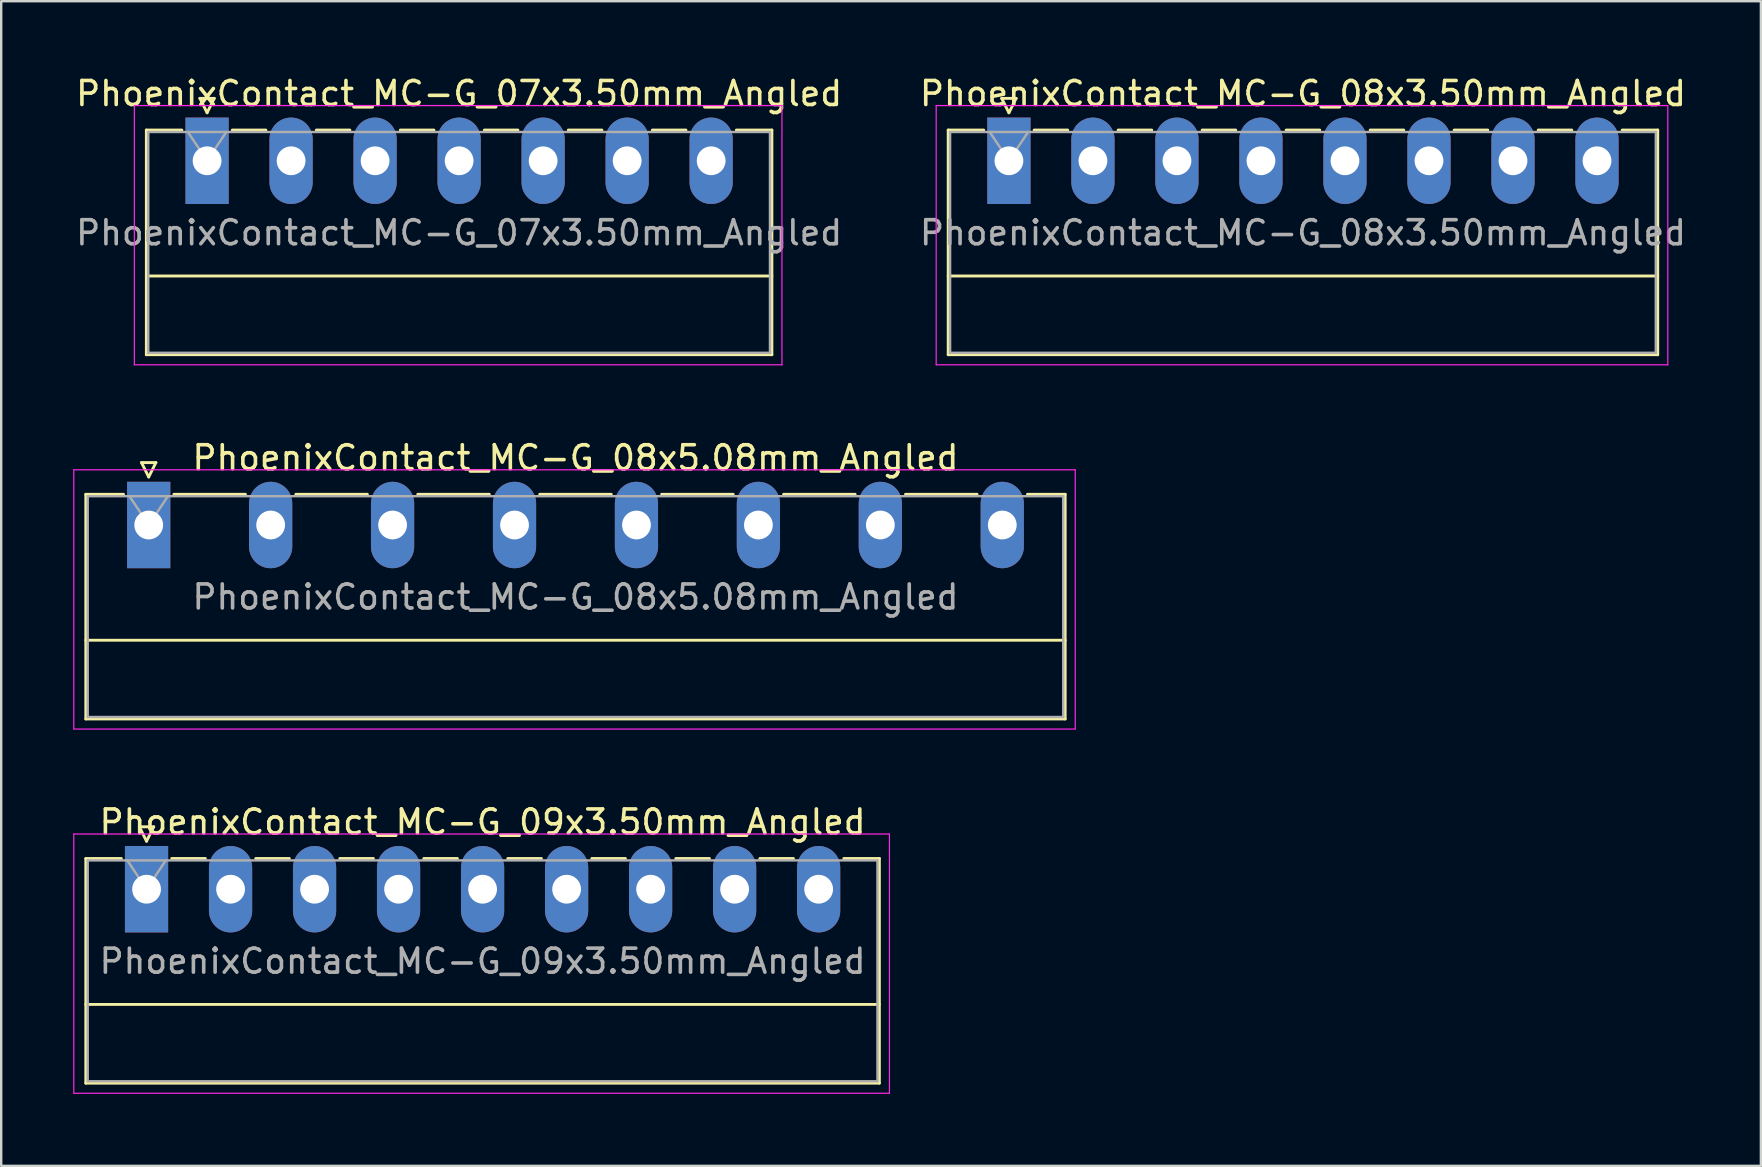
<source format=kicad_pcb>
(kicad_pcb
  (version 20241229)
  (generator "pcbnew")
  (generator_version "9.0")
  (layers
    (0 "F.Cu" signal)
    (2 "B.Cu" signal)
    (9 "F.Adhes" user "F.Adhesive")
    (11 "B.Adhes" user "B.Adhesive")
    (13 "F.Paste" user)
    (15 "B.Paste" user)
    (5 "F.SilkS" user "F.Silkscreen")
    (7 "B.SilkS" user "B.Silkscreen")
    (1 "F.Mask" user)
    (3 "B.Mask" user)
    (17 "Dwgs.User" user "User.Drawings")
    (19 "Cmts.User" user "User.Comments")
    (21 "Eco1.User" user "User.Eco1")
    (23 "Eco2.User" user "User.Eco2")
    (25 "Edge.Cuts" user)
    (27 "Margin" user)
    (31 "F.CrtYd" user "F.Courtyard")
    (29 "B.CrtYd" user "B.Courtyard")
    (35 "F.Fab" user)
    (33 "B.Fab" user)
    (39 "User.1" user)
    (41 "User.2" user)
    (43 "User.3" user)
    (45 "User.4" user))
  (footprint "PhoenixContact_MC-G_07x3.50mm_Angled"
    (layer "F.Cu")
    (at 5.577 3.648)
    (property "Reference" "PhoenixContact_MC-G_07x3.50mm_Angled" (at 10.5 -2.8 0) (layer "F.SilkS") (effects (font (size 1 1) (thickness 0.15))))
    (attr through_hole)
    (fp_line (start -2.53 -1.28) (end -2.53 8.08) (stroke (width 0.12) (type solid)) (layer "F.SilkS"))
    (fp_line (start -2.53 -1.28) (end -1.05 -1.28) (stroke (width 0.12) (type solid)) (layer "F.SilkS"))
    (fp_line (start -2.53 4.8) (end 23.53 4.8) (stroke (width 0.12) (type solid)) (layer "F.SilkS"))
    (fp_line (start -2.53 8.08) (end 23.53 8.08) (stroke (width 0.12) (type solid)) (layer "F.SilkS"))
    (fp_line (start -0.3 -2.6) (end 0.3 -2.6) (stroke (width 0.12) (type solid)) (layer "F.SilkS"))
    (fp_line (start 0 -2) (end -0.3 -2.6) (stroke (width 0.12) (type solid)) (layer "F.SilkS"))
    (fp_line (start 0.3 -2.6) (end 0 -2) (stroke (width 0.12) (type solid)) (layer "F.SilkS"))
    (fp_line (start 1.05 -1.28) (end 2.45 -1.28) (stroke (width 0.12) (type solid)) (layer "F.SilkS"))
    (fp_line (start 4.55 -1.28) (end 5.95 -1.28) (stroke (width 0.12) (type solid)) (layer "F.SilkS"))
    (fp_line (start 8.05 -1.28) (end 9.45 -1.28) (stroke (width 0.12) (type solid)) (layer "F.SilkS"))
    (fp_line (start 11.55 -1.28) (end 12.95 -1.28) (stroke (width 0.12) (type solid)) (layer "F.SilkS"))
    (fp_line (start 15.05 -1.28) (end 16.45 -1.28) (stroke (width 0.12) (type solid)) (layer "F.SilkS"))
    (fp_line (start 18.55 -1.28) (end 19.95 -1.28) (stroke (width 0.12) (type solid)) (layer "F.SilkS"))
    (fp_line (start 23.53 -1.28) (end 22.05 -1.28) (stroke (width 0.12) (type solid)) (layer "F.SilkS"))
    (fp_line (start 23.53 8.08) (end 23.53 -1.28) (stroke (width 0.12) (type solid)) (layer "F.SilkS"))
    (fp_line (start -3.03 -2.3) (end -3.03 8.5) (stroke (width 0.05) (type solid)) (layer "F.CrtYd"))
    (fp_line (start -3.03 8.5) (end 23.95 8.5) (stroke (width 0.05) (type solid)) (layer "F.CrtYd"))
    (fp_line (start 23.95 -2.3) (end -3.03 -2.3) (stroke (width 0.05) (type solid)) (layer "F.CrtYd"))
    (fp_line (start 23.95 8.5) (end 23.95 -2.3) (stroke (width 0.05) (type solid)) (layer "F.CrtYd"))
    (fp_line (start -2.45 -1.2) (end -2.45 8) (stroke (width 0.1) (type solid)) (layer "F.Fab"))
    (fp_line (start -2.45 8) (end 23.45 8) (stroke (width 0.1) (type solid)) (layer "F.Fab"))
    (fp_line (start 0 0) (end -0.8 -1.2) (stroke (width 0.1) (type solid)) (layer "F.Fab"))
    (fp_line (start 0.8 -1.2) (end 0 0) (stroke (width 0.1) (type solid)) (layer "F.Fab"))
    (fp_line (start 23.45 -1.2) (end -2.45 -1.2) (stroke (width 0.1) (type solid)) (layer "F.Fab"))
    (fp_line (start 23.45 8) (end 23.45 -1.2) (stroke (width 0.1) (type solid)) (layer "F.Fab"))
    (fp_text user "${REFERENCE}" (at 10.5 3 0) (layer "F.Fab") (effects (font (size 1 1) (thickness 0.15))))
    (pad "1" thru_hole rect (at 0 0) (size 1.8 3.6) (drill 1.2) (layers "*.Cu" "*.Mask"))
    (pad "2" thru_hole oval (at 3.5 0) (size 1.8 3.6) (drill 1.2) (layers "*.Cu" "*.Mask"))
    (pad "3" thru_hole oval (at 7 0) (size 1.8 3.6) (drill 1.2) (layers "*.Cu" "*.Mask"))
    (pad "4" thru_hole oval (at 10.5 0) (size 1.8 3.6) (drill 1.2) (layers "*.Cu" "*.Mask"))
    (pad "5" thru_hole oval (at 14 0) (size 1.8 3.6) (drill 1.2) (layers "*.Cu" "*.Mask"))
    (pad "6" thru_hole oval (at 17.5 0) (size 1.8 3.6) (drill 1.2) (layers "*.Cu" "*.Mask"))
    (pad "7" thru_hole oval (at 21 0) (size 1.8 3.6) (drill 1.2) (layers "*.Cu" "*.Mask")))
  (footprint "PhoenixContact_MC-G_08x3.50mm_Angled"
    (layer "F.Cu")
    (at 38.982 3.648)
    (property "Reference" "PhoenixContact_MC-G_08x3.50mm_Angled" (at 12.25 -2.8 0) (layer "F.SilkS") (effects (font (size 1 1) (thickness 0.15))))
    (attr through_hole)
    (fp_line (start -2.53 -1.28) (end -2.53 8.08) (stroke (width 0.12) (type solid)) (layer "F.SilkS"))
    (fp_line (start -2.53 -1.28) (end -1.05 -1.28) (stroke (width 0.12) (type solid)) (layer "F.SilkS"))
    (fp_line (start -2.53 4.8) (end 27.03 4.8) (stroke (width 0.12) (type solid)) (layer "F.SilkS"))
    (fp_line (start -2.53 8.08) (end 27.03 8.08) (stroke (width 0.12) (type solid)) (layer "F.SilkS"))
    (fp_line (start -0.3 -2.6) (end 0.3 -2.6) (stroke (width 0.12) (type solid)) (layer "F.SilkS"))
    (fp_line (start 0 -2) (end -0.3 -2.6) (stroke (width 0.12) (type solid)) (layer "F.SilkS"))
    (fp_line (start 0.3 -2.6) (end 0 -2) (stroke (width 0.12) (type solid)) (layer "F.SilkS"))
    (fp_line (start 1.05 -1.28) (end 2.45 -1.28) (stroke (width 0.12) (type solid)) (layer "F.SilkS"))
    (fp_line (start 4.55 -1.28) (end 5.95 -1.28) (stroke (width 0.12) (type solid)) (layer "F.SilkS"))
    (fp_line (start 8.05 -1.28) (end 9.45 -1.28) (stroke (width 0.12) (type solid)) (layer "F.SilkS"))
    (fp_line (start 11.55 -1.28) (end 12.95 -1.28) (stroke (width 0.12) (type solid)) (layer "F.SilkS"))
    (fp_line (start 15.05 -1.28) (end 16.45 -1.28) (stroke (width 0.12) (type solid)) (layer "F.SilkS"))
    (fp_line (start 18.55 -1.28) (end 19.95 -1.28) (stroke (width 0.12) (type solid)) (layer "F.SilkS"))
    (fp_line (start 22.05 -1.28) (end 23.45 -1.28) (stroke (width 0.12) (type solid)) (layer "F.SilkS"))
    (fp_line (start 27.03 -1.28) (end 25.55 -1.28) (stroke (width 0.12) (type solid)) (layer "F.SilkS"))
    (fp_line (start 27.03 8.08) (end 27.03 -1.28) (stroke (width 0.12) (type solid)) (layer "F.SilkS"))
    (fp_line (start -3.03 -2.3) (end -3.03 8.5) (stroke (width 0.05) (type solid)) (layer "F.CrtYd"))
    (fp_line (start -3.03 8.5) (end 27.45 8.5) (stroke (width 0.05) (type solid)) (layer "F.CrtYd"))
    (fp_line (start 27.45 -2.3) (end -3.03 -2.3) (stroke (width 0.05) (type solid)) (layer "F.CrtYd"))
    (fp_line (start 27.45 8.5) (end 27.45 -2.3) (stroke (width 0.05) (type solid)) (layer "F.CrtYd"))
    (fp_line (start -2.45 -1.2) (end -2.45 8) (stroke (width 0.1) (type solid)) (layer "F.Fab"))
    (fp_line (start -2.45 8) (end 26.95 8) (stroke (width 0.1) (type solid)) (layer "F.Fab"))
    (fp_line (start 0 0) (end -0.8 -1.2) (stroke (width 0.1) (type solid)) (layer "F.Fab"))
    (fp_line (start 0.8 -1.2) (end 0 0) (stroke (width 0.1) (type solid)) (layer "F.Fab"))
    (fp_line (start 26.95 -1.2) (end -2.45 -1.2) (stroke (width 0.1) (type solid)) (layer "F.Fab"))
    (fp_line (start 26.95 8) (end 26.95 -1.2) (stroke (width 0.1) (type solid)) (layer "F.Fab"))
    (fp_text user "${REFERENCE}" (at 12.25 3 0) (layer "F.Fab") (effects (font (size 1 1) (thickness 0.15))))
    (pad "1" thru_hole rect (at 0 0) (size 1.8 3.6) (drill 1.2) (layers "*.Cu" "*.Mask"))
    (pad "2" thru_hole oval (at 3.5 0) (size 1.8 3.6) (drill 1.2) (layers "*.Cu" "*.Mask"))
    (pad "3" thru_hole oval (at 7 0) (size 1.8 3.6) (drill 1.2) (layers "*.Cu" "*.Mask"))
    (pad "4" thru_hole oval (at 10.5 0) (size 1.8 3.6) (drill 1.2) (layers "*.Cu" "*.Mask"))
    (pad "5" thru_hole oval (at 14 0) (size 1.8 3.6) (drill 1.2) (layers "*.Cu" "*.Mask"))
    (pad "6" thru_hole oval (at 17.5 0) (size 1.8 3.6) (drill 1.2) (layers "*.Cu" "*.Mask"))
    (pad "7" thru_hole oval (at 21 0) (size 1.8 3.6) (drill 1.2) (layers "*.Cu" "*.Mask"))
    (pad "8" thru_hole oval (at 24.5 0) (size 1.8 3.6) (drill 1.2) (layers "*.Cu" "*.Mask")))
  (footprint "PhoenixContact_MC-G_09x3.50mm_Angled"
    (layer "F.Cu")
    (at 3.055 33.995)
    (property "Reference" "PhoenixContact_MC-G_09x3.50mm_Angled" (at 14 -2.8 0) (layer "F.SilkS") (effects (font (size 1 1) (thickness 0.15))))
    (attr through_hole)
    (fp_line (start -2.53 -1.28) (end -2.53 8.08) (stroke (width 0.12) (type solid)) (layer "F.SilkS"))
    (fp_line (start -2.53 -1.28) (end -1.05 -1.28) (stroke (width 0.12) (type solid)) (layer "F.SilkS"))
    (fp_line (start -2.53 4.8) (end 30.53 4.8) (stroke (width 0.12) (type solid)) (layer "F.SilkS"))
    (fp_line (start -2.53 8.08) (end 30.53 8.08) (stroke (width 0.12) (type solid)) (layer "F.SilkS"))
    (fp_line (start -0.3 -2.6) (end 0.3 -2.6) (stroke (width 0.12) (type solid)) (layer "F.SilkS"))
    (fp_line (start 0 -2) (end -0.3 -2.6) (stroke (width 0.12) (type solid)) (layer "F.SilkS"))
    (fp_line (start 0.3 -2.6) (end 0 -2) (stroke (width 0.12) (type solid)) (layer "F.SilkS"))
    (fp_line (start 1.05 -1.28) (end 2.45 -1.28) (stroke (width 0.12) (type solid)) (layer "F.SilkS"))
    (fp_line (start 4.55 -1.28) (end 5.95 -1.28) (stroke (width 0.12) (type solid)) (layer "F.SilkS"))
    (fp_line (start 8.05 -1.28) (end 9.45 -1.28) (stroke (width 0.12) (type solid)) (layer "F.SilkS"))
    (fp_line (start 11.55 -1.28) (end 12.95 -1.28) (stroke (width 0.12) (type solid)) (layer "F.SilkS"))
    (fp_line (start 15.05 -1.28) (end 16.45 -1.28) (stroke (width 0.12) (type solid)) (layer "F.SilkS"))
    (fp_line (start 18.55 -1.28) (end 19.95 -1.28) (stroke (width 0.12) (type solid)) (layer "F.SilkS"))
    (fp_line (start 22.05 -1.28) (end 23.45 -1.28) (stroke (width 0.12) (type solid)) (layer "F.SilkS"))
    (fp_line (start 25.55 -1.28) (end 26.95 -1.28) (stroke (width 0.12) (type solid)) (layer "F.SilkS"))
    (fp_line (start 30.53 -1.28) (end 29.05 -1.28) (stroke (width 0.12) (type solid)) (layer "F.SilkS"))
    (fp_line (start 30.53 8.08) (end 30.53 -1.28) (stroke (width 0.12) (type solid)) (layer "F.SilkS"))
    (fp_line (start -3.03 -2.3) (end -3.03 8.5) (stroke (width 0.05) (type solid)) (layer "F.CrtYd"))
    (fp_line (start -3.03 8.5) (end 30.95 8.5) (stroke (width 0.05) (type solid)) (layer "F.CrtYd"))
    (fp_line (start 30.95 -2.3) (end -3.03 -2.3) (stroke (width 0.05) (type solid)) (layer "F.CrtYd"))
    (fp_line (start 30.95 8.5) (end 30.95 -2.3) (stroke (width 0.05) (type solid)) (layer "F.CrtYd"))
    (fp_line (start -2.45 -1.2) (end -2.45 8) (stroke (width 0.1) (type solid)) (layer "F.Fab"))
    (fp_line (start -2.45 8) (end 30.45 8) (stroke (width 0.1) (type solid)) (layer "F.Fab"))
    (fp_line (start 0 0) (end -0.8 -1.2) (stroke (width 0.1) (type solid)) (layer "F.Fab"))
    (fp_line (start 0.8 -1.2) (end 0 0) (stroke (width 0.1) (type solid)) (layer "F.Fab"))
    (fp_line (start 30.45 -1.2) (end -2.45 -1.2) (stroke (width 0.1) (type solid)) (layer "F.Fab"))
    (fp_line (start 30.45 8) (end 30.45 -1.2) (stroke (width 0.1) (type solid)) (layer "F.Fab"))
    (fp_text user "${REFERENCE}" (at 14 3 0) (layer "F.Fab") (effects (font (size 1 1) (thickness 0.15))))
    (pad "1" thru_hole rect (at 0 0) (size 1.8 3.6) (drill 1.2) (layers "*.Cu" "*.Mask"))
    (pad "2" thru_hole oval (at 3.5 0) (size 1.8 3.6) (drill 1.2) (layers "*.Cu" "*.Mask"))
    (pad "3" thru_hole oval (at 7 0) (size 1.8 3.6) (drill 1.2) (layers "*.Cu" "*.Mask"))
    (pad "4" thru_hole oval (at 10.5 0) (size 1.8 3.6) (drill 1.2) (layers "*.Cu" "*.Mask"))
    (pad "5" thru_hole oval (at 14 0) (size 1.8 3.6) (drill 1.2) (layers "*.Cu" "*.Mask"))
    (pad "6" thru_hole oval (at 17.5 0) (size 1.8 3.6) (drill 1.2) (layers "*.Cu" "*.Mask"))
    (pad "7" thru_hole oval (at 21 0) (size 1.8 3.6) (drill 1.2) (layers "*.Cu" "*.Mask"))
    (pad "8" thru_hole oval (at 24.5 0) (size 1.8 3.6) (drill 1.2) (layers "*.Cu" "*.Mask"))
    (pad "9" thru_hole oval (at 28 0) (size 1.8 3.6) (drill 1.2) (layers "*.Cu" "*.Mask")))
  (footprint "PhoenixContact_MC-G_08x5.08mm_Angled"
    (layer "F.Cu")
    (at 3.145 18.822)
    (property "Reference" "PhoenixContact_MC-G_08x5.08mm_Angled" (at 17.78 -2.8 0) (layer "F.SilkS") (effects (font (size 1 1) (thickness 0.15))))
    (attr through_hole)
    (fp_line (start -2.62 -1.28) (end -2.62 8.08) (stroke (width 0.12) (type solid)) (layer "F.SilkS"))
    (fp_line (start -2.62 -1.28) (end -1.05 -1.28) (stroke (width 0.12) (type solid)) (layer "F.SilkS"))
    (fp_line (start -2.62 4.8) (end 38.18 4.8) (stroke (width 0.12) (type solid)) (layer "F.SilkS"))
    (fp_line (start -2.62 8.08) (end 38.18 8.08) (stroke (width 0.12) (type solid)) (layer "F.SilkS"))
    (fp_line (start -0.3 -2.6) (end 0.3 -2.6) (stroke (width 0.12) (type solid)) (layer "F.SilkS"))
    (fp_line (start 0 -2) (end -0.3 -2.6) (stroke (width 0.12) (type solid)) (layer "F.SilkS"))
    (fp_line (start 0.3 -2.6) (end 0 -2) (stroke (width 0.12) (type solid)) (layer "F.SilkS"))
    (fp_line (start 1.05 -1.28) (end 4.03 -1.28) (stroke (width 0.12) (type solid)) (layer "F.SilkS"))
    (fp_line (start 6.13 -1.28) (end 9.11 -1.28) (stroke (width 0.12) (type solid)) (layer "F.SilkS"))
    (fp_line (start 11.21 -1.28) (end 14.19 -1.28) (stroke (width 0.12) (type solid)) (layer "F.SilkS"))
    (fp_line (start 16.29 -1.28) (end 19.27 -1.28) (stroke (width 0.12) (type solid)) (layer "F.SilkS"))
    (fp_line (start 21.37 -1.28) (end 24.35 -1.28) (stroke (width 0.12) (type solid)) (layer "F.SilkS"))
    (fp_line (start 26.45 -1.28) (end 29.43 -1.28) (stroke (width 0.12) (type solid)) (layer "F.SilkS"))
    (fp_line (start 31.53 -1.28) (end 34.51 -1.28) (stroke (width 0.12) (type solid)) (layer "F.SilkS"))
    (fp_line (start 38.18 -1.28) (end 36.61 -1.28) (stroke (width 0.12) (type solid)) (layer "F.SilkS"))
    (fp_line (start 38.18 8.08) (end 38.18 -1.28) (stroke (width 0.12) (type solid)) (layer "F.SilkS"))
    (fp_line (start -3.12 -2.3) (end -3.12 8.5) (stroke (width 0.05) (type solid)) (layer "F.CrtYd"))
    (fp_line (start -3.12 8.5) (end 38.6 8.5) (stroke (width 0.05) (type solid)) (layer "F.CrtYd"))
    (fp_line (start 38.6 -2.3) (end -3.12 -2.3) (stroke (width 0.05) (type solid)) (layer "F.CrtYd"))
    (fp_line (start 38.6 8.5) (end 38.6 -2.3) (stroke (width 0.05) (type solid)) (layer "F.CrtYd"))
    (fp_line (start -2.54 -1.2) (end -2.54 8) (stroke (width 0.1) (type solid)) (layer "F.Fab"))
    (fp_line (start -2.54 8) (end 38.1 8) (stroke (width 0.1) (type solid)) (layer "F.Fab"))
    (fp_line (start 0 0) (end -0.8 -1.2) (stroke (width 0.1) (type solid)) (layer "F.Fab"))
    (fp_line (start 0.8 -1.2) (end 0 0) (stroke (width 0.1) (type solid)) (layer "F.Fab"))
    (fp_line (start 38.1 -1.2) (end -2.54 -1.2) (stroke (width 0.1) (type solid)) (layer "F.Fab"))
    (fp_line (start 38.1 8) (end 38.1 -1.2) (stroke (width 0.1) (type solid)) (layer "F.Fab"))
    (fp_text user "${REFERENCE}" (at 17.78 3 0) (layer "F.Fab") (effects (font (size 1 1) (thickness 0.15))))
    (pad "1" thru_hole rect (at 0 0) (size 1.8 3.6) (drill 1.2) (layers "*.Cu" "*.Mask"))
    (pad "2" thru_hole oval (at 5.08 0) (size 1.8 3.6) (drill 1.2) (layers "*.Cu" "*.Mask"))
    (pad "3" thru_hole oval (at 10.16 0) (size 1.8 3.6) (drill 1.2) (layers "*.Cu" "*.Mask"))
    (pad "4" thru_hole oval (at 15.24 0) (size 1.8 3.6) (drill 1.2) (layers "*.Cu" "*.Mask"))
    (pad "5" thru_hole oval (at 20.32 0) (size 1.8 3.6) (drill 1.2) (layers "*.Cu" "*.Mask"))
    (pad "6" thru_hole oval (at 25.4 0) (size 1.8 3.6) (drill 1.2) (layers "*.Cu" "*.Mask"))
    (pad "7" thru_hole oval (at 30.48 0) (size 1.8 3.6) (drill 1.2) (layers "*.Cu" "*.Mask"))
    (pad "8" thru_hole oval (at 35.56 0) (size 1.8 3.6) (drill 1.2) (layers "*.Cu" "*.Mask")))
  (gr_rect
    (start -3 -3)
    (end 70.31 45.52)
    (stroke (width 0.1) (type default))
    (fill no)
    (layer "Edge.Cuts")))
</source>
